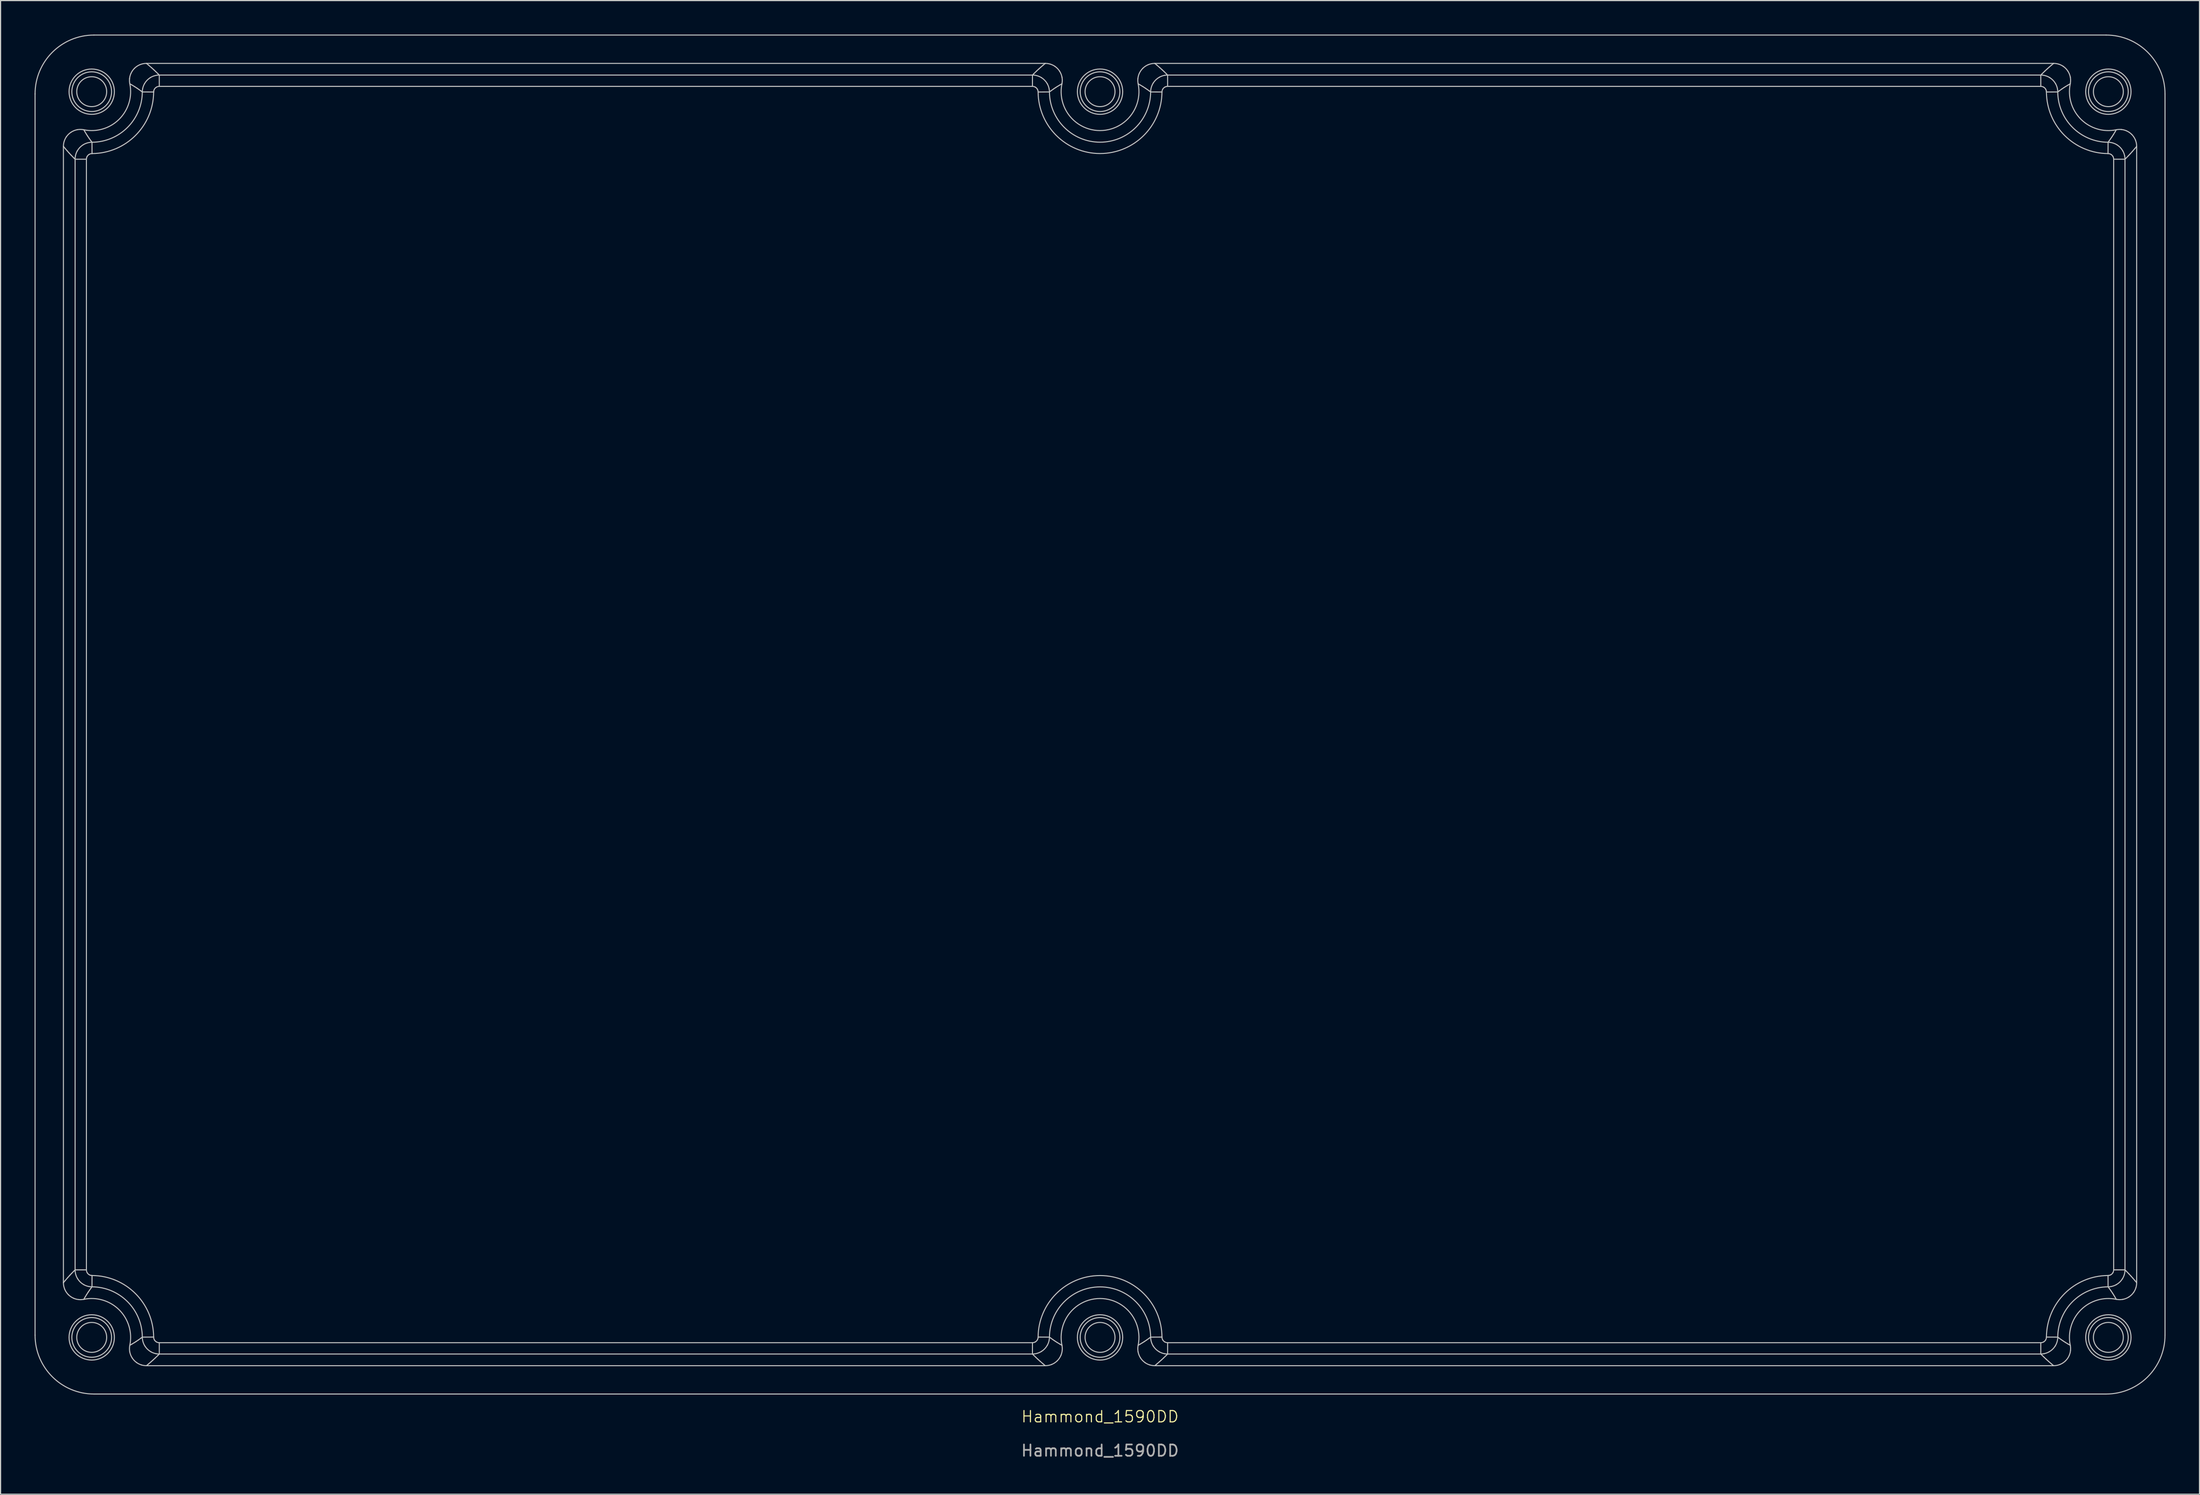
<source format=kicad_pcb>
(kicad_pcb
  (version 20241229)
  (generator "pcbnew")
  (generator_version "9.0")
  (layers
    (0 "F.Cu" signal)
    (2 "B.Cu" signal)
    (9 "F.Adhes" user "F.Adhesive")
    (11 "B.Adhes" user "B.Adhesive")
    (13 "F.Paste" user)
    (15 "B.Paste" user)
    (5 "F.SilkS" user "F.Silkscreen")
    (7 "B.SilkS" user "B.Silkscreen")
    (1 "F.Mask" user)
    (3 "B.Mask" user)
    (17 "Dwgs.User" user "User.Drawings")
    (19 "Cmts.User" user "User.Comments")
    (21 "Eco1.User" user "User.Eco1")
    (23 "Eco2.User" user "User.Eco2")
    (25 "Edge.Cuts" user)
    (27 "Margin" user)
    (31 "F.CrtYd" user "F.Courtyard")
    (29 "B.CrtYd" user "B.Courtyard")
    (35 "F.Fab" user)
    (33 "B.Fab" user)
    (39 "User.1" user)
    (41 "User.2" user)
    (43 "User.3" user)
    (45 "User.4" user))
  (footprint "Hammond_1590DD"
    (layer "F.Cu")
    (at 94.045 60.045)
    (property "Reference" "Hammond_1590DD" (at 0 62 0) (unlocked yes) (layer "F.SilkS") (effects (font (size 1 1) (thickness 0.1))))
    (fp_line (start -94 -54.8) (end -94 54.8) (stroke (width 0.09) (type solid)) (layer "Dwgs.User"))
    (fp_line (start -91.498 50.168) (end -91.498 -50.168) (stroke (width 0.09) (type solid)) (layer "Dwgs.User"))
    (fp_line (start -90.467 -49.035) (end -90.467 49.035) (stroke (width 0.09) (type solid)) (layer "Dwgs.User"))
    (fp_line (start -89.468 -49.035) (end -90.467 -49.035) (stroke (width 0.09) (type solid)) (layer "Dwgs.User"))
    (fp_line (start -89.468 49.035) (end -90.467 49.035) (stroke (width 0.09) (type solid)) (layer "Dwgs.User"))
    (fp_line (start -89.468 49.035) (end -89.468 -49.035) (stroke (width 0.09) (type solid)) (layer "Dwgs.User"))
    (fp_line (start -88.971 -49.534) (end -88.976 -50.534) (stroke (width 0.09) (type solid)) (layer "Dwgs.User"))
    (fp_line (start -88.971 49.534) (end -88.976 50.534) (stroke (width 0.09) (type solid)) (layer "Dwgs.User"))
    (fp_line (start -88.8 60) (end 88.8 60) (stroke (width 0.09) (type solid)) (layer "Dwgs.User"))
    (fp_line (start -84.168 -57.498) (end -4.832 -57.498) (stroke (width 0.09) (type solid)) (layer "Dwgs.User"))
    (fp_line (start -83.534 -54.971) (end -84.534 -54.976) (stroke (width 0.09) (type solid)) (layer "Dwgs.User"))
    (fp_line (start -83.534 54.971) (end -84.534 54.976) (stroke (width 0.09) (type solid)) (layer "Dwgs.User"))
    (fp_line (start -83.035 -55.468) (end -83.035 -56.467) (stroke (width 0.09) (type solid)) (layer "Dwgs.User"))
    (fp_line (start -83.035 -55.468) (end -5.965 -55.468) (stroke (width 0.09) (type solid)) (layer "Dwgs.User"))
    (fp_line (start -83.035 55.468) (end -83.035 56.467) (stroke (width 0.09) (type solid)) (layer "Dwgs.User"))
    (fp_line (start -83.035 56.467) (end -5.965 56.467) (stroke (width 0.09) (type solid)) (layer "Dwgs.User"))
    (fp_line (start -5.965 -56.467) (end -83.035 -56.467) (stroke (width 0.09) (type solid)) (layer "Dwgs.User"))
    (fp_line (start -5.965 -56.467) (end -5.965 -55.468) (stroke (width 0.09) (type solid)) (layer "Dwgs.User"))
    (fp_line (start -5.965 55.468) (end -83.035 55.468) (stroke (width 0.09) (type solid)) (layer "Dwgs.User"))
    (fp_line (start -5.965 55.468) (end -5.965 56.467) (stroke (width 0.09) (type solid)) (layer "Dwgs.User"))
    (fp_line (start -5.466 54.971) (end -4.466 54.976) (stroke (width 0.09) (type solid)) (layer "Dwgs.User"))
    (fp_line (start -4.832 57.498) (end -84.168 57.498) (stroke (width 0.09) (type solid)) (layer "Dwgs.User"))
    (fp_line (start -4.466 -54.976) (end -5.466 -54.971) (stroke (width 0.09) (type solid)) (layer "Dwgs.User"))
    (fp_line (start 4.466 -54.976) (end 5.466 -54.971) (stroke (width 0.09) (type solid)) (layer "Dwgs.User"))
    (fp_line (start 4.832 -57.498) (end 84.168 -57.498) (stroke (width 0.09) (type solid)) (layer "Dwgs.User"))
    (fp_line (start 5.466 54.971) (end 4.466 54.976) (stroke (width 0.09) (type solid)) (layer "Dwgs.User"))
    (fp_line (start 5.965 -56.467) (end 5.965 -55.468) (stroke (width 0.09) (type solid)) (layer "Dwgs.User"))
    (fp_line (start 5.965 -55.468) (end 83.035 -55.468) (stroke (width 0.09) (type solid)) (layer "Dwgs.User"))
    (fp_line (start 5.965 55.468) (end 5.965 56.467) (stroke (width 0.09) (type solid)) (layer "Dwgs.User"))
    (fp_line (start 5.965 56.467) (end 83.035 56.467) (stroke (width 0.09) (type solid)) (layer "Dwgs.User"))
    (fp_line (start 83.035 -56.467) (end 5.965 -56.467) (stroke (width 0.09) (type solid)) (layer "Dwgs.User"))
    (fp_line (start 83.035 -56.467) (end 83.035 -55.468) (stroke (width 0.09) (type solid)) (layer "Dwgs.User"))
    (fp_line (start 83.035 55.468) (end 5.965 55.468) (stroke (width 0.09) (type solid)) (layer "Dwgs.User"))
    (fp_line (start 83.035 56.467) (end 83.035 55.468) (stroke (width 0.09) (type solid)) (layer "Dwgs.User"))
    (fp_line (start 84.168 57.498) (end 4.832 57.498) (stroke (width 0.09) (type solid)) (layer "Dwgs.User"))
    (fp_line (start 84.534 -54.976) (end 83.534 -54.971) (stroke (width 0.09) (type solid)) (layer "Dwgs.User"))
    (fp_line (start 84.534 54.976) (end 83.534 54.971) (stroke (width 0.09) (type solid)) (layer "Dwgs.User"))
    (fp_line (start 88.8 -60) (end -88.8 -60) (stroke (width 0.09) (type solid)) (layer "Dwgs.User"))
    (fp_line (start 88.976 -50.534) (end 88.971 -49.534) (stroke (width 0.09) (type solid)) (layer "Dwgs.User"))
    (fp_line (start 88.976 50.534) (end 88.971 49.534) (stroke (width 0.09) (type solid)) (layer "Dwgs.User"))
    (fp_line (start 89.468 -49.035) (end 89.468 49.035) (stroke (width 0.09) (type solid)) (layer "Dwgs.User"))
    (fp_line (start 90.467 -49.035) (end 89.468 -49.035) (stroke (width 0.09) (type solid)) (layer "Dwgs.User"))
    (fp_line (start 90.467 49.035) (end 89.468 49.035) (stroke (width 0.09) (type solid)) (layer "Dwgs.User"))
    (fp_line (start 90.467 49.035) (end 90.467 -49.035) (stroke (width 0.09) (type solid)) (layer "Dwgs.User"))
    (fp_line (start 91.498 -50.168) (end 91.498 50.168) (stroke (width 0.09) (type solid)) (layer "Dwgs.User"))
    (fp_line (start 94 54.8) (end 94 -54.8) (stroke (width 0.09) (type solid)) (layer "Dwgs.User"))
    (fp_arc (start -94 -54.8) (mid -92.476955 -58.476955) (end -88.8 -60) (stroke (width 0.09) (type solid)) (layer "Dwgs.User"))
    (fp_arc (start -89.695747 51.636284) (mid -86.571147 52.571148) (end -85.636283 55.695748) (stroke (width 0.09) (type solid)) (layer "Dwgs.User"))
    (fp_arc (start -88.976047 50.533767) (mid -85.841851 51.841851) (end -84.533766 54.976048) (stroke (width 0.09) (type solid)) (layer "Dwgs.User"))
    (fp_arc (start -88.970688 49.53439) (mid -85.135174 51.135175) (end -83.534389 54.970689) (stroke (width 0.09) (type solid)) (layer "Dwgs.User"))
    (fp_arc (start -88.8 60) (mid -92.476955 58.476955) (end -94 54.8) (stroke (width 0.09) (type solid)) (layer "Dwgs.User"))
    (fp_arc (start -85.636283 -55.695747) (mid -86.571147 -52.571147) (end -89.695747 -51.636283) (stroke (width 0.09) (type solid)) (layer "Dwgs.User"))
    (fp_arc (start -84.533766 -54.976048) (mid -85.84185 -51.841851) (end -88.976047 -50.533766) (stroke (width 0.09) (type solid)) (layer "Dwgs.User"))
    (fp_arc (start -83.534389 -54.970688) (mid -85.135174 -51.135174) (end -88.970688 -49.534389) (stroke (width 0.09) (type solid)) (layer "Dwgs.User"))
    (fp_arc (start -5.46561 54.970689) (mid 0 49.534311) (end 5.465611 54.970689) (stroke (width 0.09) (type solid)) (layer "Dwgs.User"))
    (fp_arc (start -4.466233 54.976048) (mid 0.000001 50.533703) (end 4.466234 54.976048) (stroke (width 0.09) (type solid)) (layer "Dwgs.User"))
    (fp_arc (start -3.363716 55.695748) (mid 0 51.565086) (end 3.363717 55.695748) (stroke (width 0.09) (type solid)) (layer "Dwgs.User"))
    (fp_arc (start 3.363717 -55.695747) (mid 0 -51.565084) (end -3.363716 -55.695747) (stroke (width 0.09) (type solid)) (layer "Dwgs.User"))
    (fp_arc (start 4.466234 -54.976048) (mid 0.000001 -50.533704) (end -4.466233 -54.976048) (stroke (width 0.09) (type solid)) (layer "Dwgs.User"))
    (fp_arc (start 5.465611 -54.970688) (mid 0 -49.534309) (end -5.46561 -54.970688) (stroke (width 0.09) (type solid)) (layer "Dwgs.User"))
    (fp_arc (start 83.53439 54.970689) (mid 85.135179 51.135179) (end 88.970689 49.53439) (stroke (width 0.09) (type solid)) (layer "Dwgs.User"))
    (fp_arc (start 84.533767 54.976048) (mid 85.841855 51.841855) (end 88.976048 50.533767) (stroke (width 0.09) (type solid)) (layer "Dwgs.User"))
    (fp_arc (start 85.636284 55.695748) (mid 86.571151 52.571151) (end 89.695748 51.636284) (stroke (width 0.09) (type solid)) (layer "Dwgs.User"))
    (fp_arc (start 88.8 -60) (mid 92.476945 -58.476945) (end 94 -54.8) (stroke (width 0.09) (type solid)) (layer "Dwgs.User"))
    (fp_arc (start 88.970689 -49.534389) (mid 85.135164 -51.135163) (end 83.53439 -54.970688) (stroke (width 0.09) (type solid)) (layer "Dwgs.User"))
    (fp_arc (start 88.976048 -50.533766) (mid 85.84184 -51.84184) (end 84.533767 -54.976048) (stroke (width 0.09) (type solid)) (layer "Dwgs.User"))
    (fp_arc (start 89.695748 -51.636283) (mid 86.571134 -52.571133) (end 85.636284 -55.695747) (stroke (width 0.09) (type solid)) (layer "Dwgs.User"))
    (fp_arc (start 94 54.8) (mid 92.47696 58.47696) (end 88.8 60) (stroke (width 0.09) (type solid)) (layer "Dwgs.User"))
    (fp_circle (center -89 -55) (end -91 -55) (stroke (width 0.09) (type solid)) (fill no) (layer "Dwgs.User"))
    (fp_circle (center -89 -55) (end -90.753 -55) (stroke (width 0.09) (type solid)) (fill no) (layer "Dwgs.User"))
    (fp_circle (center -89 -55) (end -90.321 -55) (stroke (width 0.09) (type solid)) (fill no) (layer "Dwgs.User"))
    (fp_circle (center -89 55) (end -91 55) (stroke (width 0.09) (type solid)) (fill no) (layer "Dwgs.User"))
    (fp_circle (center -89 55) (end -90.753 55) (stroke (width 0.09) (type solid)) (fill no) (layer "Dwgs.User"))
    (fp_circle (center -89 55) (end -90.321 55) (stroke (width 0.09) (type solid)) (fill no) (layer "Dwgs.User"))
    (fp_circle (center 0 -55) (end -2 -55) (stroke (width 0.09) (type solid)) (fill no) (layer "Dwgs.User"))
    (fp_circle (center 0 -55) (end -1.753 -55) (stroke (width 0.09) (type solid)) (fill no) (layer "Dwgs.User"))
    (fp_circle (center 0 -55) (end -1.321 -55) (stroke (width 0.09) (type solid)) (fill no) (layer "Dwgs.User"))
    (fp_circle (center 0 55) (end -2 55) (stroke (width 0.09) (type solid)) (fill no) (layer "Dwgs.User"))
    (fp_circle (center 0 55) (end -1.753 55) (stroke (width 0.09) (type solid)) (fill no) (layer "Dwgs.User"))
    (fp_circle (center 0 55) (end -1.321 55) (stroke (width 0.09) (type solid)) (fill no) (layer "Dwgs.User"))
    (fp_circle (center 89 -55) (end 87 -55) (stroke (width 0.09) (type solid)) (fill no) (layer "Dwgs.User"))
    (fp_circle (center 89 -55) (end 87.247 -55) (stroke (width 0.09) (type solid)) (fill no) (layer "Dwgs.User"))
    (fp_circle (center 89 -55) (end 87.679 -55) (stroke (width 0.09) (type solid)) (fill no) (layer "Dwgs.User"))
    (fp_circle (center 89 55) (end 87 55) (stroke (width 0.09) (type solid)) (fill no) (layer "Dwgs.User"))
    (fp_circle (center 89 55) (end 87.247 55) (stroke (width 0.09) (type solid)) (fill no) (layer "Dwgs.User"))
    (fp_circle (center 89 55) (end 87.679 55) (stroke (width 0.09) (type solid)) (fill no) (layer "Dwgs.User"))
    (fp_curve (pts (xy -91.498 -50.168) (xy -91.447 -50.105) (xy -91.395 -50.042) (xy -91.343 -49.981)) (stroke (width 0.09) (type solid)) (layer "Dwgs.User"))
    (fp_curve (pts (xy -91.498 50.168) (xy -91.498 50.364) (xy -91.46 50.557) (xy -91.386 50.738)) (stroke (width 0.09) (type solid)) (layer "Dwgs.User"))
    (fp_curve (pts (xy -91.43 -50.616) (xy -91.475 -50.471) (xy -91.498 -50.32) (xy -91.498 -50.168)) (stroke (width 0.09) (type solid)) (layer "Dwgs.User"))
    (fp_curve (pts (xy -91.386 50.738) (xy -91.312 50.919) (xy -91.203 51.083) (xy -91.066 51.222)) (stroke (width 0.09) (type solid)) (layer "Dwgs.User"))
    (fp_curve (pts (xy -91.346 49.985) (xy -91.397 50.045) (xy -91.448 50.106) (xy -91.498 50.168)) (stroke (width 0.09) (type solid)) (layer "Dwgs.User"))
    (fp_curve (pts (xy -91.343 -49.981) (xy -91.281 -49.908) (xy -91.218 -49.835) (xy -91.156 -49.765)) (stroke (width 0.09) (type solid)) (layer "Dwgs.User"))
    (fp_curve (pts (xy -91.232 -51.023) (xy -91.318 -50.898) (xy -91.385 -50.761) (xy -91.43 -50.616)) (stroke (width 0.09) (type solid)) (layer "Dwgs.User"))
    (fp_curve (pts (xy -91.156 -49.765) (xy -91.117 -49.72) (xy -91.078 -49.677) (xy -91.039 -49.634)) (stroke (width 0.09) (type solid)) (layer "Dwgs.User"))
    (fp_curve (pts (xy -91.112 49.715) (xy -91.19 49.803) (xy -91.268 49.893) (xy -91.346 49.985)) (stroke (width 0.09) (type solid)) (layer "Dwgs.User"))
    (fp_curve (pts (xy -91.066 51.222) (xy -90.929 51.361) (xy -90.766 51.471) (xy -90.587 51.548)) (stroke (width 0.09) (type solid)) (layer "Dwgs.User"))
    (fp_curve (pts (xy -91.039 -49.634) (xy -91.015 -49.607) (xy -90.99 -49.58) (xy -90.966 -49.553)) (stroke (width 0.09) (type solid)) (layer "Dwgs.User"))
    (fp_curve (pts (xy -90.966 -49.553) (xy -90.917 -49.5) (xy -90.868 -49.448) (xy -90.82 -49.396)) (stroke (width 0.09) (type solid)) (layer "Dwgs.User"))
    (fp_curve (pts (xy -90.966 49.553) (xy -91.015 49.607) (xy -91.064 49.661) (xy -91.112 49.715)) (stroke (width 0.09) (type solid)) (layer "Dwgs.User"))
    (fp_curve (pts (xy -90.893 49.474) (xy -90.917 49.501) (xy -90.942 49.527) (xy -90.966 49.553)) (stroke (width 0.09) (type solid)) (layer "Dwgs.User"))
    (fp_curve (pts (xy -90.82 -49.396) (xy -90.742 -49.314) (xy -90.664 -49.233) (xy -90.586 -49.154)) (stroke (width 0.09) (type solid)) (layer "Dwgs.User"))
    (fp_curve (pts (xy -90.815 -51.426) (xy -90.979 -51.32) (xy -91.12 -51.183) (xy -91.232 -51.023)) (stroke (width 0.09) (type solid)) (layer "Dwgs.User"))
    (fp_curve (pts (xy -90.776 49.35) (xy -90.815 49.391) (xy -90.854 49.432) (xy -90.893 49.474)) (stroke (width 0.09) (type solid)) (layer "Dwgs.User"))
    (fp_curve (pts (xy -90.588 49.157) (xy -90.651 49.22) (xy -90.713 49.284) (xy -90.776 49.35)) (stroke (width 0.09) (type solid)) (layer "Dwgs.User"))
    (fp_curve (pts (xy -90.587 51.548) (xy -90.447 51.607) (xy -90.299 51.645) (xy -90.148 51.66)) (stroke (width 0.09) (type solid)) (layer "Dwgs.User"))
    (fp_curve (pts (xy -90.586 -49.154) (xy -90.546 -49.114) (xy -90.507 -49.074) (xy -90.467 -49.035)) (stroke (width 0.09) (type solid)) (layer "Dwgs.User"))
    (fp_curve (pts (xy -90.467 49.035) (xy -90.508 49.075) (xy -90.548 49.116) (xy -90.588 49.157)) (stroke (width 0.09) (type solid)) (layer "Dwgs.User"))
    (fp_curve (pts (xy -90.467 49.035) (xy -90.467 49.31) (xy -90.388 49.589) (xy -90.241 49.825)) (stroke (width 0.09) (type solid)) (layer "Dwgs.User"))
    (fp_curve (pts (xy -90.438 -49.326) (xy -90.457 -49.23) (xy -90.467 -49.132) (xy -90.467 -49.035)) (stroke (width 0.09) (type solid)) (layer "Dwgs.User"))
    (fp_curve (pts (xy -90.277 -49.764) (xy -90.353 -49.627) (xy -90.408 -49.48) (xy -90.438 -49.326)) (stroke (width 0.09) (type solid)) (layer "Dwgs.User"))
    (fp_curve (pts (xy -90.277 -51.642) (xy -90.469 -51.606) (xy -90.652 -51.532) (xy -90.815 -51.426)) (stroke (width 0.09) (type solid)) (layer "Dwgs.User"))
    (fp_curve (pts (xy -90.241 49.825) (xy -90.109 50.038) (xy -89.923 50.217) (xy -89.705 50.34)) (stroke (width 0.09) (type solid)) (layer "Dwgs.User"))
    (fp_curve (pts (xy -90.148 51.66) (xy -89.997 51.675) (xy -89.844 51.667) (xy -89.696 51.636)) (stroke (width 0.09) (type solid)) (layer "Dwgs.User"))
    (fp_curve (pts (xy -89.765 -50.304) (xy -89.978 -50.17) (xy -90.155 -49.983) (xy -90.277 -49.764)) (stroke (width 0.09) (type solid)) (layer "Dwgs.User"))
    (fp_curve (pts (xy -89.705 50.34) (xy -89.568 50.417) (xy -89.421 50.472) (xy -89.267 50.503)) (stroke (width 0.09) (type solid)) (layer "Dwgs.User"))
    (fp_curve (pts (xy -89.696 -51.636) (xy -89.887 -51.676) (xy -90.085 -51.678) (xy -90.277 -51.642)) (stroke (width 0.09) (type solid)) (layer "Dwgs.User"))
    (fp_curve (pts (xy -89.696 51.636) (xy -89.664 51.578) (xy -89.631 51.52) (xy -89.598 51.463)) (stroke (width 0.09) (type solid)) (layer "Dwgs.User"))
    (fp_curve (pts (xy -89.598 51.463) (xy -89.546 51.375) (xy -89.494 51.289) (xy -89.44 51.204)) (stroke (width 0.09) (type solid)) (layer "Dwgs.User"))
    (fp_curve (pts (xy -89.596 -51.46) (xy -89.629 -51.518) (xy -89.663 -51.577) (xy -89.696 -51.636)) (stroke (width 0.09) (type solid)) (layer "Dwgs.User"))
    (fp_curve (pts (xy -89.47 -51.252) (xy -89.513 -51.32) (xy -89.555 -51.389) (xy -89.596 -51.46)) (stroke (width 0.09) (type solid)) (layer "Dwgs.User"))
    (fp_curve (pts (xy -89.468 -49.035) (xy -89.468 -49.067) (xy -89.465 -49.1) (xy -89.458 -49.132)) (stroke (width 0.09) (type solid)) (layer "Dwgs.User"))
    (fp_curve (pts (xy -89.458 -49.132) (xy -89.448 -49.183) (xy -89.43 -49.232) (xy -89.405 -49.278)) (stroke (width 0.09) (type solid)) (layer "Dwgs.User"))
    (fp_curve (pts (xy -89.44 51.204) (xy -89.407 51.151) (xy -89.373 51.099) (xy -89.339 51.047)) (stroke (width 0.09) (type solid)) (layer "Dwgs.User"))
    (fp_curve (pts (xy -89.405 -49.278) (xy -89.364 -49.351) (xy -89.305 -49.413) (xy -89.234 -49.458)) (stroke (width 0.09) (type solid)) (layer "Dwgs.User"))
    (fp_curve (pts (xy -89.393 49.298) (xy -89.442 49.219) (xy -89.468 49.127) (xy -89.468 49.035)) (stroke (width 0.09) (type solid)) (layer "Dwgs.User"))
    (fp_curve (pts (xy -89.39 -51.125) (xy -89.417 -51.167) (xy -89.444 -51.209) (xy -89.47 -51.252)) (stroke (width 0.09) (type solid)) (layer "Dwgs.User"))
    (fp_curve (pts (xy -89.339 -51.047) (xy -89.356 -51.073) (xy -89.373 -51.099) (xy -89.39 -51.125)) (stroke (width 0.09) (type solid)) (layer "Dwgs.User"))
    (fp_curve (pts (xy -89.339 51.047) (xy -89.322 51.021) (xy -89.305 50.995) (xy -89.287 50.97)) (stroke (width 0.09) (type solid)) (layer "Dwgs.User"))
    (fp_curve (pts (xy -89.287 50.97) (xy -89.259 50.929) (xy -89.232 50.888) (xy -89.203 50.847)) (stroke (width 0.09) (type solid)) (layer "Dwgs.User"))
    (fp_curve (pts (xy -89.267 50.503) (xy -89.171 50.523) (xy -89.073 50.533) (xy -88.976 50.534)) (stroke (width 0.09) (type solid)) (layer "Dwgs.User"))
    (fp_curve (pts (xy -89.235 -50.893) (xy -89.27 -50.944) (xy -89.305 -50.995) (xy -89.339 -51.047)) (stroke (width 0.09) (type solid)) (layer "Dwgs.User"))
    (fp_curve (pts (xy -89.234 -49.458) (xy -89.155 -49.507) (xy -89.063 -49.534) (xy -88.971 -49.534)) (stroke (width 0.09) (type solid)) (layer "Dwgs.User"))
    (fp_curve (pts (xy -89.214 49.47) (xy -89.286 49.429) (xy -89.348 49.369) (xy -89.393 49.298)) (stroke (width 0.09) (type solid)) (layer "Dwgs.User"))
    (fp_curve (pts (xy -89.203 50.847) (xy -89.158 50.783) (xy -89.113 50.719) (xy -89.066 50.656)) (stroke (width 0.09) (type solid)) (layer "Dwgs.User"))
    (fp_curve (pts (xy -89.068 49.524) (xy -89.119 49.514) (xy -89.168 49.496) (xy -89.214 49.47)) (stroke (width 0.09) (type solid)) (layer "Dwgs.User"))
    (fp_curve (pts (xy -89.066 50.656) (xy -89.037 50.615) (xy -89.006 50.574) (xy -88.976 50.534)) (stroke (width 0.09) (type solid)) (layer "Dwgs.User"))
    (fp_curve (pts (xy -89.064 -50.653) (xy -89.122 -50.732) (xy -89.179 -50.812) (xy -89.235 -50.893)) (stroke (width 0.09) (type solid)) (layer "Dwgs.User"))
    (fp_curve (pts (xy -88.976 -50.534) (xy -89.252 -50.532) (xy -89.529 -50.452) (xy -89.765 -50.304)) (stroke (width 0.09) (type solid)) (layer "Dwgs.User"))
    (fp_curve (pts (xy -88.976 -50.534) (xy -89.006 -50.573) (xy -89.035 -50.613) (xy -89.064 -50.653)) (stroke (width 0.09) (type solid)) (layer "Dwgs.User"))
    (fp_curve (pts (xy -88.971 49.534) (xy -89.003 49.534) (xy -89.036 49.531) (xy -89.068 49.524)) (stroke (width 0.09) (type solid)) (layer "Dwgs.User"))
    (fp_curve (pts (xy -85.66 -56.148) (xy -85.675 -55.997) (xy -85.667 -55.844) (xy -85.636 -55.696)) (stroke (width 0.09) (type solid)) (layer "Dwgs.User"))
    (fp_curve (pts (xy -85.642 56.277) (xy -85.606 56.469) (xy -85.532 56.652) (xy -85.426 56.815)) (stroke (width 0.09) (type solid)) (layer "Dwgs.User"))
    (fp_curve (pts (xy -85.636 -55.696) (xy -85.578 -55.664) (xy -85.52 -55.631) (xy -85.463 -55.598)) (stroke (width 0.09) (type solid)) (layer "Dwgs.User"))
    (fp_curve (pts (xy -85.636 55.696) (xy -85.676 55.887) (xy -85.678 56.085) (xy -85.642 56.277)) (stroke (width 0.09) (type solid)) (layer "Dwgs.User"))
    (fp_curve (pts (xy -85.548 -56.587) (xy -85.607 -56.447) (xy -85.645 -56.299) (xy -85.66 -56.148)) (stroke (width 0.09) (type solid)) (layer "Dwgs.User"))
    (fp_curve (pts (xy -85.463 -55.598) (xy -85.375 -55.546) (xy -85.289 -55.494) (xy -85.204 -55.44)) (stroke (width 0.09) (type solid)) (layer "Dwgs.User"))
    (fp_curve (pts (xy -85.46 55.596) (xy -85.518 55.629) (xy -85.577 55.663) (xy -85.636 55.696)) (stroke (width 0.09) (type solid)) (layer "Dwgs.User"))
    (fp_curve (pts (xy -85.426 56.815) (xy -85.32 56.979) (xy -85.183 57.12) (xy -85.023 57.232)) (stroke (width 0.09) (type solid)) (layer "Dwgs.User"))
    (fp_curve (pts (xy -85.252 55.47) (xy -85.32 55.513) (xy -85.389 55.555) (xy -85.46 55.596)) (stroke (width 0.09) (type solid)) (layer "Dwgs.User"))
    (fp_curve (pts (xy -85.222 -57.066) (xy -85.361 -56.929) (xy -85.471 -56.766) (xy -85.548 -56.587)) (stroke (width 0.09) (type solid)) (layer "Dwgs.User"))
    (fp_curve (pts (xy -85.204 -55.44) (xy -85.151 -55.407) (xy -85.099 -55.373) (xy -85.047 -55.339)) (stroke (width 0.09) (type solid)) (layer "Dwgs.User"))
    (fp_curve (pts (xy -85.125 55.39) (xy -85.167 55.417) (xy -85.209 55.444) (xy -85.252 55.47)) (stroke (width 0.09) (type solid)) (layer "Dwgs.User"))
    (fp_curve (pts (xy -85.047 -55.339) (xy -85.021 -55.322) (xy -84.995 -55.305) (xy -84.97 -55.287)) (stroke (width 0.09) (type solid)) (layer "Dwgs.User"))
    (fp_curve (pts (xy -85.047 55.339) (xy -85.073 55.356) (xy -85.099 55.373) (xy -85.125 55.39)) (stroke (width 0.09) (type solid)) (layer "Dwgs.User"))
    (fp_curve (pts (xy -85.023 57.232) (xy -84.898 57.318) (xy -84.761 57.385) (xy -84.616 57.43)) (stroke (width 0.09) (type solid)) (layer "Dwgs.User"))
    (fp_curve (pts (xy -84.97 -55.287) (xy -84.929 -55.259) (xy -84.888 -55.232) (xy -84.847 -55.203)) (stroke (width 0.09) (type solid)) (layer "Dwgs.User"))
    (fp_curve (pts (xy -84.893 55.235) (xy -84.944 55.27) (xy -84.995 55.305) (xy -85.047 55.339)) (stroke (width 0.09) (type solid)) (layer "Dwgs.User"))
    (fp_curve (pts (xy -84.847 -55.203) (xy -84.783 -55.158) (xy -84.719 -55.113) (xy -84.656 -55.066)) (stroke (width 0.09) (type solid)) (layer "Dwgs.User"))
    (fp_curve (pts (xy -84.738 -57.386) (xy -84.919 -57.312) (xy -85.083 -57.203) (xy -85.222 -57.066)) (stroke (width 0.09) (type solid)) (layer "Dwgs.User"))
    (fp_curve (pts (xy -84.656 -55.066) (xy -84.615 -55.036) (xy -84.574 -55.006) (xy -84.534 -54.976)) (stroke (width 0.09) (type solid)) (layer "Dwgs.User"))
    (fp_curve (pts (xy -84.653 55.064) (xy -84.732 55.122) (xy -84.812 55.179) (xy -84.893 55.235)) (stroke (width 0.09) (type solid)) (layer "Dwgs.User"))
    (fp_curve (pts (xy -84.616 57.43) (xy -84.471 57.475) (xy -84.32 57.498) (xy -84.168 57.498)) (stroke (width 0.09) (type solid)) (layer "Dwgs.User"))
    (fp_curve (pts (xy -84.534 54.976) (xy -84.573 55.006) (xy -84.613 55.035) (xy -84.653 55.064)) (stroke (width 0.09) (type solid)) (layer "Dwgs.User"))
    (fp_curve (pts (xy -84.534 54.976) (xy -84.532 55.252) (xy -84.452 55.529) (xy -84.304 55.765)) (stroke (width 0.09) (type solid)) (layer "Dwgs.User"))
    (fp_curve (pts (xy -84.503 -55.267) (xy -84.523 -55.171) (xy -84.533 -55.073) (xy -84.534 -54.976)) (stroke (width 0.09) (type solid)) (layer "Dwgs.User"))
    (fp_curve (pts (xy -84.34 -55.705) (xy -84.417 -55.568) (xy -84.472 -55.421) (xy -84.503 -55.267)) (stroke (width 0.09) (type solid)) (layer "Dwgs.User"))
    (fp_curve (pts (xy -84.304 55.765) (xy -84.17 55.978) (xy -83.983 56.155) (xy -83.764 56.277)) (stroke (width 0.09) (type solid)) (layer "Dwgs.User"))
    (fp_curve (pts (xy -84.168 -57.498) (xy -84.364 -57.498) (xy -84.557 -57.46) (xy -84.738 -57.386)) (stroke (width 0.09) (type solid)) (layer "Dwgs.User"))
    (fp_curve (pts (xy -84.168 57.498) (xy -84.105 57.447) (xy -84.042 57.395) (xy -83.981 57.343)) (stroke (width 0.09) (type solid)) (layer "Dwgs.User"))
    (fp_curve (pts (xy -83.985 -57.346) (xy -84.045 -57.397) (xy -84.106 -57.448) (xy -84.168 -57.498)) (stroke (width 0.09) (type solid)) (layer "Dwgs.User"))
    (fp_curve (pts (xy -83.981 57.343) (xy -83.908 57.281) (xy -83.835 57.218) (xy -83.765 57.156)) (stroke (width 0.09) (type solid)) (layer "Dwgs.User"))
    (fp_curve (pts (xy -83.825 -56.241) (xy -84.038 -56.109) (xy -84.217 -55.923) (xy -84.34 -55.705)) (stroke (width 0.09) (type solid)) (layer "Dwgs.User"))
    (fp_curve (pts (xy -83.765 57.156) (xy -83.72 57.117) (xy -83.677 57.078) (xy -83.634 57.039)) (stroke (width 0.09) (type solid)) (layer "Dwgs.User"))
    (fp_curve (pts (xy -83.764 56.277) (xy -83.627 56.353) (xy -83.48 56.408) (xy -83.326 56.438)) (stroke (width 0.09) (type solid)) (layer "Dwgs.User"))
    (fp_curve (pts (xy -83.715 -57.112) (xy -83.803 -57.19) (xy -83.893 -57.268) (xy -83.985 -57.346)) (stroke (width 0.09) (type solid)) (layer "Dwgs.User"))
    (fp_curve (pts (xy -83.634 57.039) (xy -83.607 57.015) (xy -83.58 56.99) (xy -83.553 56.966)) (stroke (width 0.09) (type solid)) (layer "Dwgs.User"))
    (fp_curve (pts (xy -83.553 -56.966) (xy -83.607 -57.015) (xy -83.661 -57.064) (xy -83.715 -57.112)) (stroke (width 0.09) (type solid)) (layer "Dwgs.User"))
    (fp_curve (pts (xy -83.553 56.966) (xy -83.5 56.917) (xy -83.448 56.868) (xy -83.396 56.82)) (stroke (width 0.09) (type solid)) (layer "Dwgs.User"))
    (fp_curve (pts (xy -83.534 -54.971) (xy -83.534 -55.003) (xy -83.531 -55.036) (xy -83.524 -55.068)) (stroke (width 0.09) (type solid)) (layer "Dwgs.User"))
    (fp_curve (pts (xy -83.524 -55.068) (xy -83.514 -55.119) (xy -83.496 -55.168) (xy -83.47 -55.214)) (stroke (width 0.09) (type solid)) (layer "Dwgs.User"))
    (fp_curve (pts (xy -83.474 -56.893) (xy -83.501 -56.917) (xy -83.527 -56.942) (xy -83.553 -56.966)) (stroke (width 0.09) (type solid)) (layer "Dwgs.User"))
    (fp_curve (pts (xy -83.47 -55.214) (xy -83.429 -55.286) (xy -83.369 -55.348) (xy -83.298 -55.393)) (stroke (width 0.09) (type solid)) (layer "Dwgs.User"))
    (fp_curve (pts (xy -83.458 55.234) (xy -83.507 55.155) (xy -83.534 55.063) (xy -83.534 54.971)) (stroke (width 0.09) (type solid)) (layer "Dwgs.User"))
    (fp_curve (pts (xy -83.396 56.82) (xy -83.314 56.742) (xy -83.233 56.664) (xy -83.154 56.586)) (stroke (width 0.09) (type solid)) (layer "Dwgs.User"))
    (fp_curve (pts (xy -83.35 -56.776) (xy -83.391 -56.815) (xy -83.432 -56.854) (xy -83.474 -56.893)) (stroke (width 0.09) (type solid)) (layer "Dwgs.User"))
    (fp_curve (pts (xy -83.326 56.438) (xy -83.23 56.457) (xy -83.132 56.467) (xy -83.035 56.467)) (stroke (width 0.09) (type solid)) (layer "Dwgs.User"))
    (fp_curve (pts (xy -83.298 -55.393) (xy -83.219 -55.442) (xy -83.127 -55.468) (xy -83.035 -55.468)) (stroke (width 0.09) (type solid)) (layer "Dwgs.User"))
    (fp_curve (pts (xy -83.278 55.405) (xy -83.351 55.364) (xy -83.413 55.305) (xy -83.458 55.234)) (stroke (width 0.09) (type solid)) (layer "Dwgs.User"))
    (fp_curve (pts (xy -83.157 -56.588) (xy -83.22 -56.651) (xy -83.284 -56.713) (xy -83.35 -56.776)) (stroke (width 0.09) (type solid)) (layer "Dwgs.User"))
    (fp_curve (pts (xy -83.154 56.586) (xy -83.114 56.546) (xy -83.074 56.507) (xy -83.035 56.467)) (stroke (width 0.09) (type solid)) (layer "Dwgs.User"))
    (fp_curve (pts (xy -83.132 55.458) (xy -83.183 55.448) (xy -83.232 55.43) (xy -83.278 55.405)) (stroke (width 0.09) (type solid)) (layer "Dwgs.User"))
    (fp_curve (pts (xy -83.035 -56.467) (xy -83.31 -56.467) (xy -83.589 -56.388) (xy -83.825 -56.241)) (stroke (width 0.09) (type solid)) (layer "Dwgs.User"))
    (fp_curve (pts (xy -83.035 -56.467) (xy -83.075 -56.508) (xy -83.116 -56.548) (xy -83.157 -56.588)) (stroke (width 0.09) (type solid)) (layer "Dwgs.User"))
    (fp_curve (pts (xy -83.035 55.468) (xy -83.067 55.468) (xy -83.1 55.465) (xy -83.132 55.458)) (stroke (width 0.09) (type solid)) (layer "Dwgs.User"))
    (fp_curve (pts (xy -5.965 -55.468) (xy -5.873 -55.468) (xy -5.781 -55.442) (xy -5.702 -55.393)) (stroke (width 0.09) (type solid)) (layer "Dwgs.User"))
    (fp_curve (pts (xy -5.965 56.467) (xy -5.925 56.508) (xy -5.884 56.548) (xy -5.843 56.588)) (stroke (width 0.09) (type solid)) (layer "Dwgs.User"))
    (fp_curve (pts (xy -5.965 56.467) (xy -5.69 56.467) (xy -5.411 56.388) (xy -5.175 56.241)) (stroke (width 0.09) (type solid)) (layer "Dwgs.User"))
    (fp_curve (pts (xy -5.846 -56.585) (xy -5.886 -56.546) (xy -5.926 -56.507) (xy -5.965 -56.467)) (stroke (width 0.09) (type solid)) (layer "Dwgs.User"))
    (fp_curve (pts (xy -5.843 56.588) (xy -5.78 56.651) (xy -5.716 56.713) (xy -5.65 56.776)) (stroke (width 0.09) (type solid)) (layer "Dwgs.User"))
    (fp_curve (pts (xy -5.702 -55.393) (xy -5.631 -55.348) (xy -5.571 -55.286) (xy -5.53 -55.214)) (stroke (width 0.09) (type solid)) (layer "Dwgs.User"))
    (fp_curve (pts (xy -5.702 55.393) (xy -5.781 55.442) (xy -5.873 55.468) (xy -5.965 55.468)) (stroke (width 0.09) (type solid)) (layer "Dwgs.User"))
    (fp_curve (pts (xy -5.65 56.776) (xy -5.609 56.815) (xy -5.568 56.854) (xy -5.526 56.893)) (stroke (width 0.09) (type solid)) (layer "Dwgs.User"))
    (fp_curve (pts (xy -5.604 -56.82) (xy -5.686 -56.742) (xy -5.767 -56.664) (xy -5.846 -56.585)) (stroke (width 0.09) (type solid)) (layer "Dwgs.User"))
    (fp_curve (pts (xy -5.53 -55.214) (xy -5.504 -55.168) (xy -5.486 -55.119) (xy -5.476 -55.068)) (stroke (width 0.09) (type solid)) (layer "Dwgs.User"))
    (fp_curve (pts (xy -5.53 55.214) (xy -5.571 55.286) (xy -5.631 55.348) (xy -5.702 55.393)) (stroke (width 0.09) (type solid)) (layer "Dwgs.User"))
    (fp_curve (pts (xy -5.526 56.893) (xy -5.499 56.917) (xy -5.473 56.942) (xy -5.447 56.966)) (stroke (width 0.09) (type solid)) (layer "Dwgs.User"))
    (fp_curve (pts (xy -5.476 -55.068) (xy -5.469 -55.036) (xy -5.466 -55.003) (xy -5.466 -54.971)) (stroke (width 0.09) (type solid)) (layer "Dwgs.User"))
    (fp_curve (pts (xy -5.476 55.068) (xy -5.486 55.119) (xy -5.504 55.168) (xy -5.53 55.214)) (stroke (width 0.09) (type solid)) (layer "Dwgs.User"))
    (fp_curve (pts (xy -5.466 54.971) (xy -5.466 55.003) (xy -5.469 55.036) (xy -5.476 55.068)) (stroke (width 0.09) (type solid)) (layer "Dwgs.User"))
    (fp_curve (pts (xy -5.447 -56.966) (xy -5.5 -56.917) (xy -5.552 -56.868) (xy -5.604 -56.82)) (stroke (width 0.09) (type solid)) (layer "Dwgs.User"))
    (fp_curve (pts (xy -5.447 56.966) (xy -5.393 57.015) (xy -5.339 57.064) (xy -5.285 57.112)) (stroke (width 0.09) (type solid)) (layer "Dwgs.User"))
    (fp_curve (pts (xy -5.366 -57.039) (xy -5.393 -57.015) (xy -5.42 -56.99) (xy -5.447 -56.966)) (stroke (width 0.09) (type solid)) (layer "Dwgs.User"))
    (fp_curve (pts (xy -5.285 57.112) (xy -5.197 57.19) (xy -5.107 57.268) (xy -5.015 57.346)) (stroke (width 0.09) (type solid)) (layer "Dwgs.User"))
    (fp_curve (pts (xy -5.235 -57.156) (xy -5.279 -57.117) (xy -5.323 -57.078) (xy -5.366 -57.039)) (stroke (width 0.09) (type solid)) (layer "Dwgs.User"))
    (fp_curve (pts (xy -5.175 -56.241) (xy -5.411 -56.388) (xy -5.69 -56.467) (xy -5.965 -56.467)) (stroke (width 0.09) (type solid)) (layer "Dwgs.User"))
    (fp_curve (pts (xy -5.175 56.241) (xy -4.962 56.109) (xy -4.783 55.923) (xy -4.66 55.705)) (stroke (width 0.09) (type solid)) (layer "Dwgs.User"))
    (fp_curve (pts (xy -5.018 -57.344) (xy -5.092 -57.281) (xy -5.164 -57.219) (xy -5.235 -57.156)) (stroke (width 0.09) (type solid)) (layer "Dwgs.User"))
    (fp_curve (pts (xy -5.015 57.346) (xy -4.955 57.397) (xy -4.894 57.448) (xy -4.832 57.498)) (stroke (width 0.09) (type solid)) (layer "Dwgs.User"))
    (fp_curve (pts (xy -4.832 -57.498) (xy -4.895 -57.447) (xy -4.957 -57.395) (xy -5.018 -57.344)) (stroke (width 0.09) (type solid)) (layer "Dwgs.User"))
    (fp_curve (pts (xy -4.832 57.498) (xy -4.636 57.498) (xy -4.443 57.46) (xy -4.262 57.386)) (stroke (width 0.09) (type solid)) (layer "Dwgs.User"))
    (fp_curve (pts (xy -4.66 -55.705) (xy -4.783 -55.923) (xy -4.962 -56.109) (xy -5.175 -56.241)) (stroke (width 0.09) (type solid)) (layer "Dwgs.User"))
    (fp_curve (pts (xy -4.66 55.705) (xy -4.583 55.568) (xy -4.528 55.421) (xy -4.497 55.267)) (stroke (width 0.09) (type solid)) (layer "Dwgs.User"))
    (fp_curve (pts (xy -4.497 -55.267) (xy -4.528 -55.421) (xy -4.583 -55.568) (xy -4.66 -55.705)) (stroke (width 0.09) (type solid)) (layer "Dwgs.User"))
    (fp_curve (pts (xy -4.497 55.267) (xy -4.477 55.171) (xy -4.467 55.073) (xy -4.466 54.976)) (stroke (width 0.09) (type solid)) (layer "Dwgs.User"))
    (fp_curve (pts (xy -4.466 -54.976) (xy -4.467 -55.073) (xy -4.477 -55.171) (xy -4.497 -55.267)) (stroke (width 0.09) (type solid)) (layer "Dwgs.User"))
    (fp_curve (pts (xy -4.466 -54.976) (xy -4.427 -55.006) (xy -4.387 -55.035) (xy -4.347 -55.064)) (stroke (width 0.09) (type solid)) (layer "Dwgs.User"))
    (fp_curve (pts (xy -4.384 -57.43) (xy -4.529 -57.475) (xy -4.68 -57.498) (xy -4.832 -57.498)) (stroke (width 0.09) (type solid)) (layer "Dwgs.User"))
    (fp_curve (pts (xy -4.347 -55.064) (xy -4.269 -55.122) (xy -4.188 -55.179) (xy -4.107 -55.235)) (stroke (width 0.09) (type solid)) (layer "Dwgs.User"))
    (fp_curve (pts (xy -4.344 55.066) (xy -4.385 55.037) (xy -4.426 55.006) (xy -4.466 54.976)) (stroke (width 0.09) (type solid)) (layer "Dwgs.User"))
    (fp_curve (pts (xy -4.262 57.386) (xy -4.081 57.312) (xy -3.917 57.203) (xy -3.778 57.066)) (stroke (width 0.09) (type solid)) (layer "Dwgs.User"))
    (fp_curve (pts (xy -4.153 55.203) (xy -4.217 55.158) (xy -4.281 55.113) (xy -4.344 55.066)) (stroke (width 0.09) (type solid)) (layer "Dwgs.User"))
    (fp_curve (pts (xy -4.107 -55.235) (xy -4.056 -55.27) (xy -4.005 -55.305) (xy -3.953 -55.339)) (stroke (width 0.09) (type solid)) (layer "Dwgs.User"))
    (fp_curve (pts (xy -4.03 55.287) (xy -4.071 55.259) (xy -4.112 55.232) (xy -4.153 55.203)) (stroke (width 0.09) (type solid)) (layer "Dwgs.User"))
    (fp_curve (pts (xy -3.977 -57.232) (xy -4.102 -57.318) (xy -4.239 -57.385) (xy -4.384 -57.43)) (stroke (width 0.09) (type solid)) (layer "Dwgs.User"))
    (fp_curve (pts (xy -3.953 -55.339) (xy -3.927 -55.356) (xy -3.901 -55.373) (xy -3.875 -55.39)) (stroke (width 0.09) (type solid)) (layer "Dwgs.User"))
    (fp_curve (pts (xy -3.953 55.339) (xy -3.979 55.322) (xy -4.005 55.305) (xy -4.03 55.287)) (stroke (width 0.09) (type solid)) (layer "Dwgs.User"))
    (fp_curve (pts (xy -3.875 -55.39) (xy -3.833 -55.417) (xy -3.79 -55.444) (xy -3.748 -55.47)) (stroke (width 0.09) (type solid)) (layer "Dwgs.User"))
    (fp_curve (pts (xy -3.796 55.44) (xy -3.849 55.407) (xy -3.901 55.373) (xy -3.953 55.339)) (stroke (width 0.09) (type solid)) (layer "Dwgs.User"))
    (fp_curve (pts (xy -3.778 57.066) (xy -3.639 56.929) (xy -3.529 56.766) (xy -3.452 56.587)) (stroke (width 0.09) (type solid)) (layer "Dwgs.User"))
    (fp_curve (pts (xy -3.748 -55.47) (xy -3.679 -55.513) (xy -3.61 -55.555) (xy -3.54 -55.596)) (stroke (width 0.09) (type solid)) (layer "Dwgs.User"))
    (fp_curve (pts (xy -3.574 -56.815) (xy -3.68 -56.979) (xy -3.817 -57.12) (xy -3.977 -57.232)) (stroke (width 0.09) (type solid)) (layer "Dwgs.User"))
    (fp_curve (pts (xy -3.54 -55.596) (xy -3.482 -55.63) (xy -3.423 -55.663) (xy -3.364 -55.696)) (stroke (width 0.09) (type solid)) (layer "Dwgs.User"))
    (fp_curve (pts (xy -3.537 55.598) (xy -3.625 55.546) (xy -3.711 55.494) (xy -3.796 55.44)) (stroke (width 0.09) (type solid)) (layer "Dwgs.User"))
    (fp_curve (pts (xy -3.452 56.587) (xy -3.393 56.447) (xy -3.355 56.299) (xy -3.34 56.148)) (stroke (width 0.09) (type solid)) (layer "Dwgs.User"))
    (fp_curve (pts (xy -3.364 -55.696) (xy -3.324 -55.887) (xy -3.322 -56.085) (xy -3.358 -56.277)) (stroke (width 0.09) (type solid)) (layer "Dwgs.User"))
    (fp_curve (pts (xy -3.364 55.696) (xy -3.422 55.664) (xy -3.48 55.631) (xy -3.537 55.598)) (stroke (width 0.09) (type solid)) (layer "Dwgs.User"))
    (fp_curve (pts (xy -3.358 -56.277) (xy -3.394 -56.469) (xy -3.468 -56.652) (xy -3.574 -56.815)) (stroke (width 0.09) (type solid)) (layer "Dwgs.User"))
    (fp_curve (pts (xy -3.34 56.148) (xy -3.325 55.997) (xy -3.333 55.844) (xy -3.364 55.696)) (stroke (width 0.09) (type solid)) (layer "Dwgs.User"))
    (fp_curve (pts (xy 3.34 -56.148) (xy 3.325 -55.997) (xy 3.333 -55.844) (xy 3.364 -55.696)) (stroke (width 0.09) (type solid)) (layer "Dwgs.User"))
    (fp_curve (pts (xy 3.358 56.277) (xy 3.394 56.469) (xy 3.468 56.652) (xy 3.574 56.815)) (stroke (width 0.09) (type solid)) (layer "Dwgs.User"))
    (fp_curve (pts (xy 3.364 -55.696) (xy 3.422 -55.664) (xy 3.48 -55.631) (xy 3.537 -55.597)) (stroke (width 0.09) (type solid)) (layer "Dwgs.User"))
    (fp_curve (pts (xy 3.364 55.696) (xy 3.324 55.887) (xy 3.322 56.085) (xy 3.358 56.277)) (stroke (width 0.09) (type solid)) (layer "Dwgs.User"))
    (fp_curve (pts (xy 3.452 -56.587) (xy 3.393 -56.447) (xy 3.355 -56.299) (xy 3.34 -56.148)) (stroke (width 0.09) (type solid)) (layer "Dwgs.User"))
    (fp_curve (pts (xy 3.537 -55.597) (xy 3.625 -55.546) (xy 3.711 -55.494) (xy 3.796 -55.44)) (stroke (width 0.09) (type solid)) (layer "Dwgs.User"))
    (fp_curve (pts (xy 3.54 55.596) (xy 3.482 55.63) (xy 3.423 55.663) (xy 3.364 55.696)) (stroke (width 0.09) (type solid)) (layer "Dwgs.User"))
    (fp_curve (pts (xy 3.574 56.815) (xy 3.68 56.979) (xy 3.817 57.12) (xy 3.977 57.232)) (stroke (width 0.09) (type solid)) (layer "Dwgs.User"))
    (fp_curve (pts (xy 3.748 55.47) (xy 3.679 55.513) (xy 3.61 55.555) (xy 3.54 55.596)) (stroke (width 0.09) (type solid)) (layer "Dwgs.User"))
    (fp_curve (pts (xy 3.778 -57.066) (xy 3.639 -56.929) (xy 3.529 -56.766) (xy 3.452 -56.587)) (stroke (width 0.09) (type solid)) (layer "Dwgs.User"))
    (fp_curve (pts (xy 3.796 -55.44) (xy 3.849 -55.407) (xy 3.901 -55.373) (xy 3.953 -55.339)) (stroke (width 0.09) (type solid)) (layer "Dwgs.User"))
    (fp_curve (pts (xy 3.875 55.39) (xy 3.833 55.417) (xy 3.79 55.444) (xy 3.748 55.47)) (stroke (width 0.09) (type solid)) (layer "Dwgs.User"))
    (fp_curve (pts (xy 3.953 -55.339) (xy 3.979 -55.322) (xy 4.005 -55.305) (xy 4.03 -55.287)) (stroke (width 0.09) (type solid)) (layer "Dwgs.User"))
    (fp_curve (pts (xy 3.953 55.339) (xy 3.927 55.356) (xy 3.901 55.373) (xy 3.875 55.39)) (stroke (width 0.09) (type solid)) (layer "Dwgs.User"))
    (fp_curve (pts (xy 3.977 57.232) (xy 4.102 57.318) (xy 4.239 57.385) (xy 4.384 57.43)) (stroke (width 0.09) (type solid)) (layer "Dwgs.User"))
    (fp_curve (pts (xy 4.03 -55.287) (xy 4.071 -55.26) (xy 4.112 -55.232) (xy 4.153 -55.203)) (stroke (width 0.09) (type solid)) (layer "Dwgs.User"))
    (fp_curve (pts (xy 4.107 55.235) (xy 4.056 55.27) (xy 4.005 55.305) (xy 3.953 55.339)) (stroke (width 0.09) (type solid)) (layer "Dwgs.User"))
    (fp_curve (pts (xy 4.153 -55.203) (xy 4.217 -55.158) (xy 4.281 -55.113) (xy 4.344 -55.067)) (stroke (width 0.09) (type solid)) (layer "Dwgs.User"))
    (fp_curve (pts (xy 4.262 -57.386) (xy 4.081 -57.312) (xy 3.917 -57.203) (xy 3.778 -57.066)) (stroke (width 0.09) (type solid)) (layer "Dwgs.User"))
    (fp_curve (pts (xy 4.344 -55.067) (xy 4.385 -55.037) (xy 4.426 -55.006) (xy 4.466 -54.976)) (stroke (width 0.09) (type solid)) (layer "Dwgs.User"))
    (fp_curve (pts (xy 4.347 55.064) (xy 4.269 55.122) (xy 4.188 55.179) (xy 4.107 55.235)) (stroke (width 0.09) (type solid)) (layer "Dwgs.User"))
    (fp_curve (pts (xy 4.384 57.43) (xy 4.529 57.475) (xy 4.68 57.498) (xy 4.832 57.498)) (stroke (width 0.09) (type solid)) (layer "Dwgs.User"))
    (fp_curve (pts (xy 4.466 54.976) (xy 4.427 55.006) (xy 4.387 55.035) (xy 4.347 55.064)) (stroke (width 0.09) (type solid)) (layer "Dwgs.User"))
    (fp_curve (pts (xy 4.466 54.976) (xy 4.468 55.252) (xy 4.548 55.529) (xy 4.696 55.765)) (stroke (width 0.09) (type solid)) (layer "Dwgs.User"))
    (fp_curve (pts (xy 4.696 -55.765) (xy 4.548 -55.529) (xy 4.468 -55.252) (xy 4.466 -54.976)) (stroke (width 0.09) (type solid)) (layer "Dwgs.User"))
    (fp_curve (pts (xy 4.696 55.765) (xy 4.83 55.978) (xy 5.017 56.155) (xy 5.236 56.277)) (stroke (width 0.09) (type solid)) (layer "Dwgs.User"))
    (fp_curve (pts (xy 4.832 -57.498) (xy 4.636 -57.498) (xy 4.443 -57.46) (xy 4.262 -57.386)) (stroke (width 0.09) (type solid)) (layer "Dwgs.User"))
    (fp_curve (pts (xy 4.832 57.498) (xy 4.895 57.447) (xy 4.957 57.395) (xy 5.018 57.344)) (stroke (width 0.09) (type solid)) (layer "Dwgs.User"))
    (fp_curve (pts (xy 5.015 -57.346) (xy 4.955 -57.397) (xy 4.894 -57.448) (xy 4.832 -57.498)) (stroke (width 0.09) (type solid)) (layer "Dwgs.User"))
    (fp_curve (pts (xy 5.018 57.344) (xy 5.092 57.281) (xy 5.164 57.219) (xy 5.235 57.156)) (stroke (width 0.09) (type solid)) (layer "Dwgs.User"))
    (fp_curve (pts (xy 5.235 57.156) (xy 5.279 57.117) (xy 5.323 57.078) (xy 5.366 57.039)) (stroke (width 0.09) (type solid)) (layer "Dwgs.User"))
    (fp_curve (pts (xy 5.236 -56.277) (xy 5.017 -56.155) (xy 4.83 -55.978) (xy 4.696 -55.765)) (stroke (width 0.09) (type solid)) (layer "Dwgs.User"))
    (fp_curve (pts (xy 5.236 56.277) (xy 5.373 56.353) (xy 5.52 56.408) (xy 5.674 56.438)) (stroke (width 0.09) (type solid)) (layer "Dwgs.User"))
    (fp_curve (pts (xy 5.285 -57.112) (xy 5.197 -57.19) (xy 5.108 -57.268) (xy 5.015 -57.346)) (stroke (width 0.09) (type solid)) (layer "Dwgs.User"))
    (fp_curve (pts (xy 5.366 57.039) (xy 5.393 57.015) (xy 5.42 56.99) (xy 5.447 56.966)) (stroke (width 0.09) (type solid)) (layer "Dwgs.User"))
    (fp_curve (pts (xy 5.447 -56.966) (xy 5.393 -57.015) (xy 5.34 -57.063) (xy 5.285 -57.112)) (stroke (width 0.09) (type solid)) (layer "Dwgs.User"))
    (fp_curve (pts (xy 5.447 56.966) (xy 5.5 56.917) (xy 5.552 56.868) (xy 5.604 56.82)) (stroke (width 0.09) (type solid)) (layer "Dwgs.User"))
    (fp_curve (pts (xy 5.466 -54.971) (xy 5.466 -55.063) (xy 5.493 -55.155) (xy 5.542 -55.234)) (stroke (width 0.09) (type solid)) (layer "Dwgs.User"))
    (fp_curve (pts (xy 5.526 -56.893) (xy 5.499 -56.917) (xy 5.473 -56.942) (xy 5.447 -56.966)) (stroke (width 0.09) (type solid)) (layer "Dwgs.User"))
    (fp_curve (pts (xy 5.542 -55.234) (xy 5.587 -55.305) (xy 5.649 -55.364) (xy 5.722 -55.405)) (stroke (width 0.09) (type solid)) (layer "Dwgs.User"))
    (fp_curve (pts (xy 5.542 55.234) (xy 5.493 55.155) (xy 5.466 55.063) (xy 5.466 54.971)) (stroke (width 0.09) (type solid)) (layer "Dwgs.User"))
    (fp_curve (pts (xy 5.604 56.82) (xy 5.686 56.742) (xy 5.767 56.664) (xy 5.846 56.585)) (stroke (width 0.09) (type solid)) (layer "Dwgs.User"))
    (fp_curve (pts (xy 5.65 -56.776) (xy 5.609 -56.815) (xy 5.567 -56.854) (xy 5.526 -56.893)) (stroke (width 0.09) (type solid)) (layer "Dwgs.User"))
    (fp_curve (pts (xy 5.674 -56.438) (xy 5.52 -56.408) (xy 5.373 -56.353) (xy 5.236 -56.277)) (stroke (width 0.09) (type solid)) (layer "Dwgs.User"))
    (fp_curve (pts (xy 5.674 56.438) (xy 5.77 56.457) (xy 5.868 56.467) (xy 5.965 56.467)) (stroke (width 0.09) (type solid)) (layer "Dwgs.User"))
    (fp_curve (pts (xy 5.722 -55.405) (xy 5.768 -55.43) (xy 5.817 -55.448) (xy 5.868 -55.458)) (stroke (width 0.09) (type solid)) (layer "Dwgs.User"))
    (fp_curve (pts (xy 5.722 55.405) (xy 5.649 55.364) (xy 5.587 55.305) (xy 5.542 55.234)) (stroke (width 0.09) (type solid)) (layer "Dwgs.User"))
    (fp_curve (pts (xy 5.843 -56.589) (xy 5.78 -56.651) (xy 5.715 -56.713) (xy 5.65 -56.776)) (stroke (width 0.09) (type solid)) (layer "Dwgs.User"))
    (fp_curve (pts (xy 5.846 56.585) (xy 5.886 56.546) (xy 5.926 56.507) (xy 5.965 56.467)) (stroke (width 0.09) (type solid)) (layer "Dwgs.User"))
    (fp_curve (pts (xy 5.868 -55.458) (xy 5.9 -55.465) (xy 5.933 -55.468) (xy 5.965 -55.468)) (stroke (width 0.09) (type solid)) (layer "Dwgs.User"))
    (fp_curve (pts (xy 5.868 55.458) (xy 5.817 55.448) (xy 5.768 55.43) (xy 5.722 55.405)) (stroke (width 0.09) (type solid)) (layer "Dwgs.User"))
    (fp_curve (pts (xy 5.965 -56.467) (xy 5.868 -56.467) (xy 5.77 -56.457) (xy 5.674 -56.438)) (stroke (width 0.09) (type solid)) (layer "Dwgs.User"))
    (fp_curve (pts (xy 5.965 -56.467) (xy 5.925 -56.508) (xy 5.884 -56.548) (xy 5.843 -56.589)) (stroke (width 0.09) (type solid)) (layer "Dwgs.User"))
    (fp_curve (pts (xy 5.965 55.468) (xy 5.933 55.468) (xy 5.9 55.465) (xy 5.868 55.458)) (stroke (width 0.09) (type solid)) (layer "Dwgs.User"))
    (fp_curve (pts (xy 83.035 -55.468) (xy 83.127 -55.468) (xy 83.219 -55.442) (xy 83.298 -55.393)) (stroke (width 0.09) (type solid)) (layer "Dwgs.User"))
    (fp_curve (pts (xy 83.035 56.467) (xy 83.075 56.508) (xy 83.116 56.548) (xy 83.157 56.589)) (stroke (width 0.09) (type solid)) (layer "Dwgs.User"))
    (fp_curve (pts (xy 83.035 56.467) (xy 83.132 56.467) (xy 83.23 56.457) (xy 83.326 56.438)) (stroke (width 0.09) (type solid)) (layer "Dwgs.User"))
    (fp_curve (pts (xy 83.132 55.458) (xy 83.1 55.465) (xy 83.067 55.468) (xy 83.035 55.468)) (stroke (width 0.09) (type solid)) (layer "Dwgs.User"))
    (fp_curve (pts (xy 83.154 -56.585) (xy 83.114 -56.546) (xy 83.074 -56.507) (xy 83.035 -56.467)) (stroke (width 0.09) (type solid)) (layer "Dwgs.User"))
    (fp_curve (pts (xy 83.157 56.589) (xy 83.22 56.651) (xy 83.285 56.713) (xy 83.35 56.776)) (stroke (width 0.09) (type solid)) (layer "Dwgs.User"))
    (fp_curve (pts (xy 83.278 55.405) (xy 83.232 55.43) (xy 83.183 55.448) (xy 83.132 55.458)) (stroke (width 0.09) (type solid)) (layer "Dwgs.User"))
    (fp_curve (pts (xy 83.298 -55.393) (xy 83.369 -55.348) (xy 83.429 -55.286) (xy 83.47 -55.214)) (stroke (width 0.09) (type solid)) (layer "Dwgs.User"))
    (fp_curve (pts (xy 83.326 56.438) (xy 83.48 56.408) (xy 83.627 56.353) (xy 83.764 56.277)) (stroke (width 0.09) (type solid)) (layer "Dwgs.User"))
    (fp_curve (pts (xy 83.35 56.776) (xy 83.391 56.815) (xy 83.433 56.854) (xy 83.474 56.893)) (stroke (width 0.09) (type solid)) (layer "Dwgs.User"))
    (fp_curve (pts (xy 83.396 -56.82) (xy 83.314 -56.742) (xy 83.233 -56.664) (xy 83.154 -56.585)) (stroke (width 0.09) (type solid)) (layer "Dwgs.User"))
    (fp_curve (pts (xy 83.458 55.234) (xy 83.413 55.305) (xy 83.351 55.364) (xy 83.278 55.405)) (stroke (width 0.09) (type solid)) (layer "Dwgs.User"))
    (fp_curve (pts (xy 83.47 -55.214) (xy 83.496 -55.168) (xy 83.514 -55.119) (xy 83.524 -55.068)) (stroke (width 0.09) (type solid)) (layer "Dwgs.User"))
    (fp_curve (pts (xy 83.474 56.893) (xy 83.501 56.917) (xy 83.527 56.942) (xy 83.553 56.966)) (stroke (width 0.09) (type solid)) (layer "Dwgs.User"))
    (fp_curve (pts (xy 83.524 -55.068) (xy 83.531 -55.036) (xy 83.534 -55.003) (xy 83.534 -54.971)) (stroke (width 0.09) (type solid)) (layer "Dwgs.User"))
    (fp_curve (pts (xy 83.534 54.971) (xy 83.534 55.063) (xy 83.507 55.155) (xy 83.458 55.234)) (stroke (width 0.09) (type solid)) (layer "Dwgs.User"))
    (fp_curve (pts (xy 83.553 -56.966) (xy 83.5 -56.917) (xy 83.448 -56.868) (xy 83.396 -56.82)) (stroke (width 0.09) (type solid)) (layer "Dwgs.User"))
    (fp_curve (pts (xy 83.553 56.966) (xy 83.607 57.015) (xy 83.66 57.063) (xy 83.715 57.112)) (stroke (width 0.09) (type solid)) (layer "Dwgs.User"))
    (fp_curve (pts (xy 83.634 -57.039) (xy 83.607 -57.015) (xy 83.58 -56.99) (xy 83.553 -56.966)) (stroke (width 0.09) (type solid)) (layer "Dwgs.User"))
    (fp_curve (pts (xy 83.715 57.112) (xy 83.803 57.19) (xy 83.892 57.268) (xy 83.985 57.346)) (stroke (width 0.09) (type solid)) (layer "Dwgs.User"))
    (fp_curve (pts (xy 83.764 56.277) (xy 83.983 56.155) (xy 84.17 55.978) (xy 84.304 55.765)) (stroke (width 0.09) (type solid)) (layer "Dwgs.User"))
    (fp_curve (pts (xy 83.765 -57.156) (xy 83.721 -57.117) (xy 83.677 -57.078) (xy 83.634 -57.039)) (stroke (width 0.09) (type solid)) (layer "Dwgs.User"))
    (fp_curve (pts (xy 83.825 -56.241) (xy 83.589 -56.388) (xy 83.31 -56.467) (xy 83.035 -56.467)) (stroke (width 0.09) (type solid)) (layer "Dwgs.User"))
    (fp_curve (pts (xy 83.982 -57.344) (xy 83.908 -57.281) (xy 83.836 -57.219) (xy 83.765 -57.156)) (stroke (width 0.09) (type solid)) (layer "Dwgs.User"))
    (fp_curve (pts (xy 83.985 57.346) (xy 84.045 57.397) (xy 84.106 57.448) (xy 84.168 57.498)) (stroke (width 0.09) (type solid)) (layer "Dwgs.User"))
    (fp_curve (pts (xy 84.168 -57.498) (xy 84.105 -57.447) (xy 84.043 -57.395) (xy 83.982 -57.344)) (stroke (width 0.09) (type solid)) (layer "Dwgs.User"))
    (fp_curve (pts (xy 84.168 57.498) (xy 84.364 57.498) (xy 84.557 57.46) (xy 84.738 57.386)) (stroke (width 0.09) (type solid)) (layer "Dwgs.User"))
    (fp_curve (pts (xy 84.304 55.765) (xy 84.452 55.529) (xy 84.532 55.252) (xy 84.534 54.976)) (stroke (width 0.09) (type solid)) (layer "Dwgs.User"))
    (fp_curve (pts (xy 84.34 -55.705) (xy 84.217 -55.923) (xy 84.038 -56.109) (xy 83.825 -56.241)) (stroke (width 0.09) (type solid)) (layer "Dwgs.User"))
    (fp_curve (pts (xy 84.503 -55.267) (xy 84.472 -55.421) (xy 84.417 -55.568) (xy 84.34 -55.705)) (stroke (width 0.09) (type solid)) (layer "Dwgs.User"))
    (fp_curve (pts (xy 84.534 -54.976) (xy 84.533 -55.073) (xy 84.523 -55.171) (xy 84.503 -55.267)) (stroke (width 0.09) (type solid)) (layer "Dwgs.User"))
    (fp_curve (pts (xy 84.534 -54.976) (xy 84.573 -55.006) (xy 84.613 -55.035) (xy 84.653 -55.064)) (stroke (width 0.09) (type solid)) (layer "Dwgs.User"))
    (fp_curve (pts (xy 84.616 -57.43) (xy 84.471 -57.475) (xy 84.32 -57.498) (xy 84.168 -57.498)) (stroke (width 0.09) (type solid)) (layer "Dwgs.User"))
    (fp_curve (pts (xy 84.653 -55.064) (xy 84.731 -55.122) (xy 84.812 -55.179) (xy 84.893 -55.235)) (stroke (width 0.09) (type solid)) (layer "Dwgs.User"))
    (fp_curve (pts (xy 84.656 55.067) (xy 84.615 55.037) (xy 84.574 55.006) (xy 84.534 54.976)) (stroke (width 0.09) (type solid)) (layer "Dwgs.User"))
    (fp_curve (pts (xy 84.738 57.386) (xy 84.919 57.312) (xy 85.083 57.203) (xy 85.222 57.066)) (stroke (width 0.09) (type solid)) (layer "Dwgs.User"))
    (fp_curve (pts (xy 84.847 55.203) (xy 84.783 55.158) (xy 84.719 55.113) (xy 84.656 55.067)) (stroke (width 0.09) (type solid)) (layer "Dwgs.User"))
    (fp_curve (pts (xy 84.893 -55.235) (xy 84.944 -55.27) (xy 84.995 -55.305) (xy 85.047 -55.339)) (stroke (width 0.09) (type solid)) (layer "Dwgs.User"))
    (fp_curve (pts (xy 84.97 55.287) (xy 84.929 55.26) (xy 84.888 55.232) (xy 84.847 55.203)) (stroke (width 0.09) (type solid)) (layer "Dwgs.User"))
    (fp_curve (pts (xy 85.023 -57.232) (xy 84.898 -57.318) (xy 84.761 -57.385) (xy 84.616 -57.43)) (stroke (width 0.09) (type solid)) (layer "Dwgs.User"))
    (fp_curve (pts (xy 85.047 -55.339) (xy 85.073 -55.356) (xy 85.099 -55.373) (xy 85.125 -55.39)) (stroke (width 0.09) (type solid)) (layer "Dwgs.User"))
    (fp_curve (pts (xy 85.047 55.339) (xy 85.021 55.322) (xy 84.995 55.305) (xy 84.97 55.287)) (stroke (width 0.09) (type solid)) (layer "Dwgs.User"))
    (fp_curve (pts (xy 85.125 -55.39) (xy 85.167 -55.417) (xy 85.21 -55.444) (xy 85.252 -55.47)) (stroke (width 0.09) (type solid)) (layer "Dwgs.User"))
    (fp_curve (pts (xy 85.204 55.44) (xy 85.151 55.407) (xy 85.099 55.373) (xy 85.047 55.339)) (stroke (width 0.09) (type solid)) (layer "Dwgs.User"))
    (fp_curve (pts (xy 85.222 57.066) (xy 85.361 56.929) (xy 85.471 56.766) (xy 85.548 56.587)) (stroke (width 0.09) (type solid)) (layer "Dwgs.User"))
    (fp_curve (pts (xy 85.252 -55.47) (xy 85.321 -55.513) (xy 85.39 -55.555) (xy 85.46 -55.596)) (stroke (width 0.09) (type solid)) (layer "Dwgs.User"))
    (fp_curve (pts (xy 85.426 -56.815) (xy 85.32 -56.979) (xy 85.183 -57.12) (xy 85.023 -57.232)) (stroke (width 0.09) (type solid)) (layer "Dwgs.User"))
    (fp_curve (pts (xy 85.46 -55.596) (xy 85.518 -55.63) (xy 85.577 -55.663) (xy 85.636 -55.696)) (stroke (width 0.09) (type solid)) (layer "Dwgs.User"))
    (fp_curve (pts (xy 85.463 55.597) (xy 85.375 55.546) (xy 85.289 55.494) (xy 85.204 55.44)) (stroke (width 0.09) (type solid)) (layer "Dwgs.User"))
    (fp_curve (pts (xy 85.548 56.587) (xy 85.607 56.447) (xy 85.645 56.299) (xy 85.66 56.148)) (stroke (width 0.09) (type solid)) (layer "Dwgs.User"))
    (fp_curve (pts (xy 85.636 -55.696) (xy 85.676 -55.887) (xy 85.678 -56.085) (xy 85.642 -56.277)) (stroke (width 0.09) (type solid)) (layer "Dwgs.User"))
    (fp_curve (pts (xy 85.636 55.696) (xy 85.578 55.664) (xy 85.52 55.631) (xy 85.463 55.597)) (stroke (width 0.09) (type solid)) (layer "Dwgs.User"))
    (fp_curve (pts (xy 85.642 -56.277) (xy 85.606 -56.469) (xy 85.532 -56.652) (xy 85.426 -56.815)) (stroke (width 0.09) (type solid)) (layer "Dwgs.User"))
    (fp_curve (pts (xy 85.66 56.148) (xy 85.675 55.997) (xy 85.667 55.844) (xy 85.636 55.696)) (stroke (width 0.09) (type solid)) (layer "Dwgs.User"))
    (fp_curve (pts (xy 88.971 -49.534) (xy 89.063 -49.534) (xy 89.155 -49.507) (xy 89.234 -49.458)) (stroke (width 0.09) (type solid)) (layer "Dwgs.User"))
    (fp_curve (pts (xy 88.976 50.534) (xy 89.006 50.573) (xy 89.035 50.613) (xy 89.064 50.653)) (stroke (width 0.09) (type solid)) (layer "Dwgs.User"))
    (fp_curve (pts (xy 88.976 50.534) (xy 89.073 50.533) (xy 89.171 50.523) (xy 89.267 50.503)) (stroke (width 0.09) (type solid)) (layer "Dwgs.User"))
    (fp_curve (pts (xy 89.064 50.653) (xy 89.122 50.731) (xy 89.179 50.812) (xy 89.235 50.893)) (stroke (width 0.09) (type solid)) (layer "Dwgs.User"))
    (fp_curve (pts (xy 89.066 -50.656) (xy 89.037 -50.615) (xy 89.006 -50.574) (xy 88.976 -50.534)) (stroke (width 0.09) (type solid)) (layer "Dwgs.User"))
    (fp_curve (pts (xy 89.068 49.524) (xy 89.036 49.531) (xy 89.003 49.534) (xy 88.971 49.534)) (stroke (width 0.09) (type solid)) (layer "Dwgs.User"))
    (fp_curve (pts (xy 89.203 -50.847) (xy 89.158 -50.783) (xy 89.113 -50.719) (xy 89.066 -50.656)) (stroke (width 0.09) (type solid)) (layer "Dwgs.User"))
    (fp_curve (pts (xy 89.214 49.47) (xy 89.168 49.496) (xy 89.119 49.514) (xy 89.068 49.524)) (stroke (width 0.09) (type solid)) (layer "Dwgs.User"))
    (fp_curve (pts (xy 89.234 -49.458) (xy 89.305 -49.413) (xy 89.364 -49.351) (xy 89.405 -49.278)) (stroke (width 0.09) (type solid)) (layer "Dwgs.User"))
    (fp_curve (pts (xy 89.235 50.893) (xy 89.27 50.944) (xy 89.305 50.995) (xy 89.339 51.047)) (stroke (width 0.09) (type solid)) (layer "Dwgs.User"))
    (fp_curve (pts (xy 89.267 50.503) (xy 89.421 50.472) (xy 89.568 50.417) (xy 89.705 50.34)) (stroke (width 0.09) (type solid)) (layer "Dwgs.User"))
    (fp_curve (pts (xy 89.287 -50.97) (xy 89.259 -50.929) (xy 89.232 -50.888) (xy 89.203 -50.847)) (stroke (width 0.09) (type solid)) (layer "Dwgs.User"))
    (fp_curve (pts (xy 89.339 -51.047) (xy 89.322 -51.021) (xy 89.305 -50.995) (xy 89.287 -50.97)) (stroke (width 0.09) (type solid)) (layer "Dwgs.User"))
    (fp_curve (pts (xy 89.339 51.047) (xy 89.356 51.073) (xy 89.373 51.099) (xy 89.39 51.125)) (stroke (width 0.09) (type solid)) (layer "Dwgs.User"))
    (fp_curve (pts (xy 89.39 51.125) (xy 89.417 51.167) (xy 89.444 51.21) (xy 89.47 51.252)) (stroke (width 0.09) (type solid)) (layer "Dwgs.User"))
    (fp_curve (pts (xy 89.393 49.298) (xy 89.348 49.369) (xy 89.286 49.429) (xy 89.214 49.47)) (stroke (width 0.09) (type solid)) (layer "Dwgs.User"))
    (fp_curve (pts (xy 89.405 -49.278) (xy 89.43 -49.232) (xy 89.448 -49.183) (xy 89.458 -49.132)) (stroke (width 0.09) (type solid)) (layer "Dwgs.User"))
    (fp_curve (pts (xy 89.44 -51.204) (xy 89.407 -51.151) (xy 89.373 -51.099) (xy 89.339 -51.047)) (stroke (width 0.09) (type solid)) (layer "Dwgs.User"))
    (fp_curve (pts (xy 89.458 -49.132) (xy 89.465 -49.1) (xy 89.468 -49.067) (xy 89.468 -49.035)) (stroke (width 0.09) (type solid)) (layer "Dwgs.User"))
    (fp_curve (pts (xy 89.468 49.035) (xy 89.468 49.127) (xy 89.442 49.219) (xy 89.393 49.298)) (stroke (width 0.09) (type solid)) (layer "Dwgs.User"))
    (fp_curve (pts (xy 89.47 51.252) (xy 89.513 51.321) (xy 89.555 51.39) (xy 89.596 51.46)) (stroke (width 0.09) (type solid)) (layer "Dwgs.User"))
    (fp_curve (pts (xy 89.596 51.46) (xy 89.63 51.518) (xy 89.663 51.577) (xy 89.696 51.636)) (stroke (width 0.09) (type solid)) (layer "Dwgs.User"))
    (fp_curve (pts (xy 89.598 -51.463) (xy 89.546 -51.375) (xy 89.494 -51.289) (xy 89.44 -51.204)) (stroke (width 0.09) (type solid)) (layer "Dwgs.User"))
    (fp_curve (pts (xy 89.696 -51.636) (xy 89.664 -51.578) (xy 89.631 -51.52) (xy 89.598 -51.463)) (stroke (width 0.09) (type solid)) (layer "Dwgs.User"))
    (fp_curve (pts (xy 89.696 51.636) (xy 89.887 51.676) (xy 90.085 51.678) (xy 90.277 51.642)) (stroke (width 0.09) (type solid)) (layer "Dwgs.User"))
    (fp_curve (pts (xy 89.705 50.34) (xy 89.923 50.217) (xy 90.109 50.038) (xy 90.241 49.825)) (stroke (width 0.09) (type solid)) (layer "Dwgs.User"))
    (fp_curve (pts (xy 89.765 -50.304) (xy 89.529 -50.452) (xy 89.252 -50.532) (xy 88.976 -50.534)) (stroke (width 0.09) (type solid)) (layer "Dwgs.User"))
    (fp_curve (pts (xy 90.148 -51.66) (xy 89.997 -51.675) (xy 89.844 -51.667) (xy 89.696 -51.636)) (stroke (width 0.09) (type solid)) (layer "Dwgs.User"))
    (fp_curve (pts (xy 90.241 49.825) (xy 90.388 49.589) (xy 90.467 49.31) (xy 90.467 49.035)) (stroke (width 0.09) (type solid)) (layer "Dwgs.User"))
    (fp_curve (pts (xy 90.277 51.642) (xy 90.469 51.606) (xy 90.652 51.532) (xy 90.815 51.426)) (stroke (width 0.09) (type solid)) (layer "Dwgs.User"))
    (fp_curve (pts (xy 90.277 -49.764) (xy 90.155 -49.983) (xy 89.978 -50.17) (xy 89.765 -50.304)) (stroke (width 0.09) (type solid)) (layer "Dwgs.User"))
    (fp_curve (pts (xy 90.438 -49.326) (xy 90.408 -49.48) (xy 90.353 -49.627) (xy 90.277 -49.764)) (stroke (width 0.09) (type solid)) (layer "Dwgs.User"))
    (fp_curve (pts (xy 90.467 -49.035) (xy 90.467 -49.132) (xy 90.457 -49.23) (xy 90.438 -49.326)) (stroke (width 0.09) (type solid)) (layer "Dwgs.User"))
    (fp_curve (pts (xy 90.467 -49.035) (xy 90.508 -49.075) (xy 90.548 -49.116) (xy 90.588 -49.157)) (stroke (width 0.09) (type solid)) (layer "Dwgs.User"))
    (fp_curve (pts (xy 90.585 49.154) (xy 90.546 49.114) (xy 90.507 49.074) (xy 90.467 49.035)) (stroke (width 0.09) (type solid)) (layer "Dwgs.User"))
    (fp_curve (pts (xy 90.587 -51.548) (xy 90.447 -51.607) (xy 90.299 -51.645) (xy 90.148 -51.66)) (stroke (width 0.09) (type solid)) (layer "Dwgs.User"))
    (fp_curve (pts (xy 90.588 -49.157) (xy 90.651 -49.22) (xy 90.713 -49.284) (xy 90.776 -49.35)) (stroke (width 0.09) (type solid)) (layer "Dwgs.User"))
    (fp_curve (pts (xy 90.776 -49.35) (xy 90.815 -49.391) (xy 90.854 -49.432) (xy 90.893 -49.474)) (stroke (width 0.09) (type solid)) (layer "Dwgs.User"))
    (fp_curve (pts (xy 90.815 51.426) (xy 90.979 51.32) (xy 91.12 51.183) (xy 91.232 51.023)) (stroke (width 0.09) (type solid)) (layer "Dwgs.User"))
    (fp_curve (pts (xy 90.82 49.396) (xy 90.742 49.314) (xy 90.664 49.233) (xy 90.585 49.154)) (stroke (width 0.09) (type solid)) (layer "Dwgs.User"))
    (fp_curve (pts (xy 90.893 -49.474) (xy 90.917 -49.501) (xy 90.942 -49.527) (xy 90.966 -49.553)) (stroke (width 0.09) (type solid)) (layer "Dwgs.User"))
    (fp_curve (pts (xy 90.966 -49.553) (xy 91.015 -49.607) (xy 91.064 -49.661) (xy 91.112 -49.715)) (stroke (width 0.09) (type solid)) (layer "Dwgs.User"))
    (fp_curve (pts (xy 90.966 49.553) (xy 90.917 49.5) (xy 90.868 49.448) (xy 90.82 49.396)) (stroke (width 0.09) (type solid)) (layer "Dwgs.User"))
    (fp_curve (pts (xy 91.039 49.634) (xy 91.015 49.607) (xy 90.99 49.58) (xy 90.966 49.553)) (stroke (width 0.09) (type solid)) (layer "Dwgs.User"))
    (fp_curve (pts (xy 91.066 -51.222) (xy 90.929 -51.361) (xy 90.766 -51.471) (xy 90.587 -51.548)) (stroke (width 0.09) (type solid)) (layer "Dwgs.User"))
    (fp_curve (pts (xy 91.112 -49.715) (xy 91.19 -49.803) (xy 91.268 -49.893) (xy 91.346 -49.985)) (stroke (width 0.09) (type solid)) (layer "Dwgs.User"))
    (fp_curve (pts (xy 91.156 49.765) (xy 91.117 49.721) (xy 91.078 49.677) (xy 91.039 49.634)) (stroke (width 0.09) (type solid)) (layer "Dwgs.User"))
    (fp_curve (pts (xy 91.232 51.023) (xy 91.318 50.898) (xy 91.385 50.761) (xy 91.43 50.616)) (stroke (width 0.09) (type solid)) (layer "Dwgs.User"))
    (fp_curve (pts (xy 91.344 49.982) (xy 91.281 49.908) (xy 91.219 49.836) (xy 91.156 49.765)) (stroke (width 0.09) (type solid)) (layer "Dwgs.User"))
    (fp_curve (pts (xy 91.346 -49.985) (xy 91.397 -50.045) (xy 91.448 -50.106) (xy 91.498 -50.168)) (stroke (width 0.09) (type solid)) (layer "Dwgs.User"))
    (fp_curve (pts (xy 91.386 -50.738) (xy 91.312 -50.919) (xy 91.203 -51.083) (xy 91.066 -51.222)) (stroke (width 0.09) (type solid)) (layer "Dwgs.User"))
    (fp_curve (pts (xy 91.43 50.616) (xy 91.475 50.471) (xy 91.498 50.32) (xy 91.498 50.168)) (stroke (width 0.09) (type solid)) (layer "Dwgs.User"))
    (fp_curve (pts (xy 91.498 -50.168) (xy 91.498 -50.364) (xy 91.46 -50.557) (xy 91.386 -50.738)) (stroke (width 0.09) (type solid)) (layer "Dwgs.User"))
    (fp_curve (pts (xy 91.498 50.168) (xy 91.447 50.105) (xy 91.395 50.043) (xy 91.344 49.982)) (stroke (width 0.09) (type solid)) (layer "Dwgs.User"))
    (fp_text user "${REFERENCE}" (at 0 65 0) (unlocked yes) (layer "F.Fab") (effects (font (size 1 1) (thickness 0.15)))))
  (gr_rect
    (start -3 -3)
    (end 191.09 128.893)
    (stroke (width 0.1) (type default))
    (fill no)
    (layer "Edge.Cuts")))
</source>
